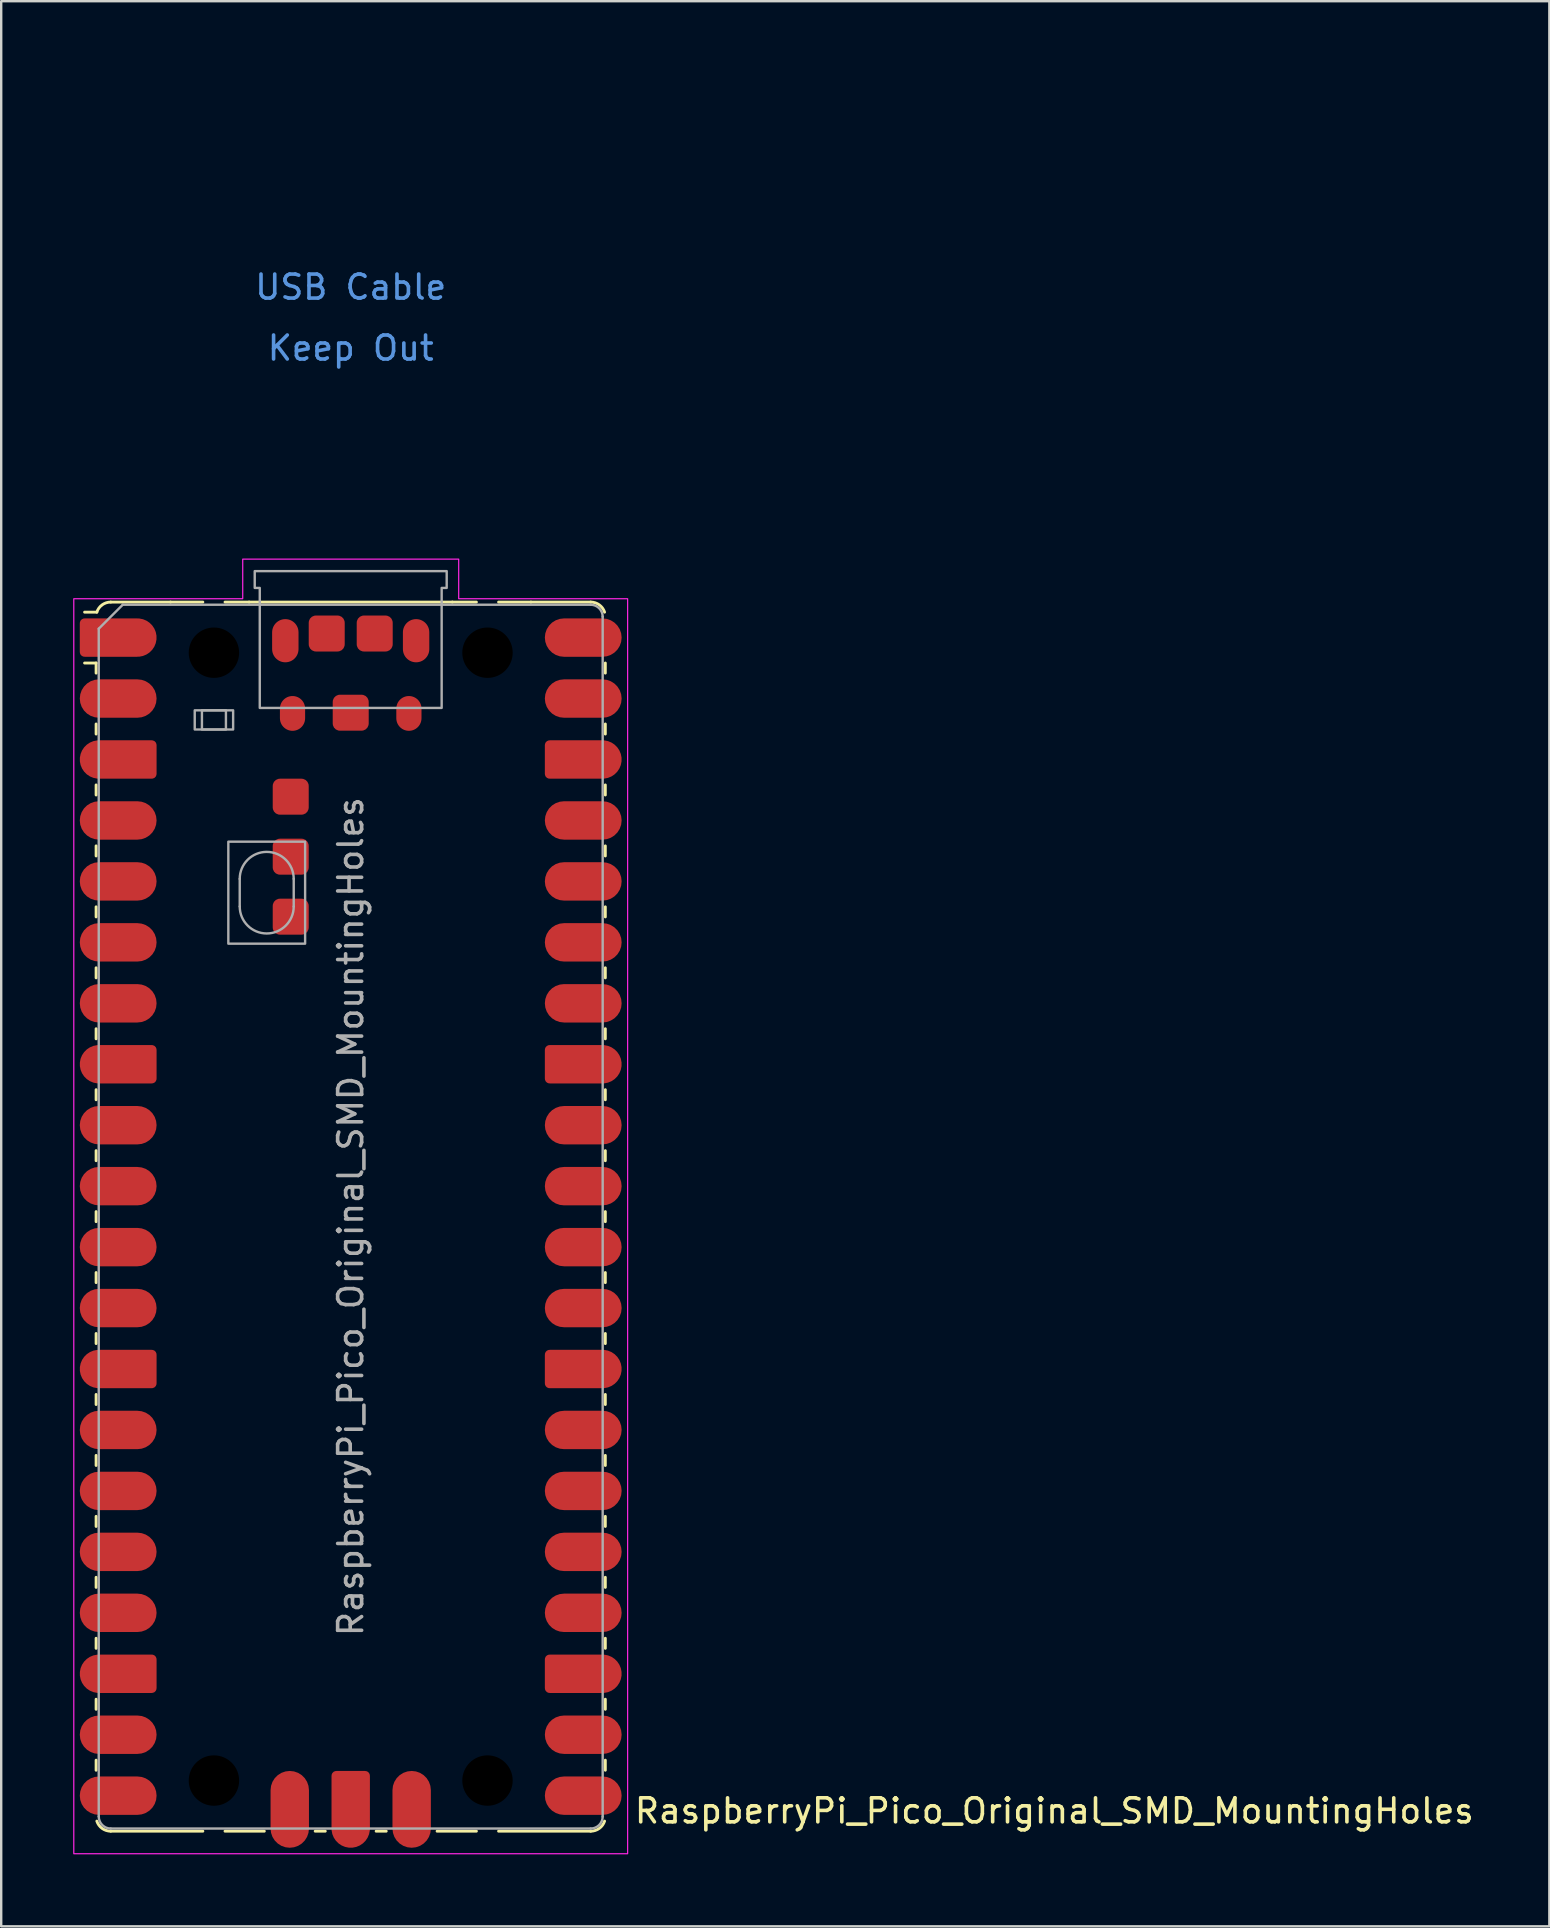
<source format=kicad_pcb>
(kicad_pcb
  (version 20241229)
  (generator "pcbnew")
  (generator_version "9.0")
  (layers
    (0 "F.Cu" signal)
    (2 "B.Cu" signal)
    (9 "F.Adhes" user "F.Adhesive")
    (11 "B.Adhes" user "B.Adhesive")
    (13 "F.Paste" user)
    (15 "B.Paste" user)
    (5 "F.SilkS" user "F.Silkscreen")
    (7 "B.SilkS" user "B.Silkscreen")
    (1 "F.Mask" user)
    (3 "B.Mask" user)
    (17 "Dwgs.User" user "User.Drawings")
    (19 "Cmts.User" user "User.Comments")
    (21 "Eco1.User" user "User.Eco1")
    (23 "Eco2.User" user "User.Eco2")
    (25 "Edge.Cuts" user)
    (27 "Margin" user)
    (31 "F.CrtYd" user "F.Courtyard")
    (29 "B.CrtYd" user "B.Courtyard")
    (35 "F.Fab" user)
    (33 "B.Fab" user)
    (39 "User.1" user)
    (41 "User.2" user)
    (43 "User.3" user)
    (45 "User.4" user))
  (footprint "RaspberryPi_Pico_Original_SMD_MountingHoles"
    (layer "F.Cu")
    (at 11.565 47.65)
    (property "Reference" "RaspberryPi_Pico_Original_SMD_MountingHoles" (at 11.748 24.765 0) (unlocked yes) (layer "F.SilkS") (effects (font (size 1 1) (thickness 0.15)) (justify left)))
    (attr smd)
    (fp_line (start -10.61 -23.07) (end -11.09 -23.07) (stroke (width 0.12) (type solid)) (layer "F.SilkS"))
    (fp_line (start -10.61 -23.07) (end -10.61 -22.65) (stroke (width 0.12) (type solid)) (layer "F.SilkS"))
    (fp_line (start -10.61 -20.53) (end -10.61 -20.11) (stroke (width 0.12) (type solid)) (layer "F.SilkS"))
    (fp_line (start -10.61 -17.99) (end -10.61 -17.57) (stroke (width 0.12) (type solid)) (layer "F.SilkS"))
    (fp_line (start -10.61 -15.45) (end -10.61 -15.03) (stroke (width 0.12) (type solid)) (layer "F.SilkS"))
    (fp_line (start -10.61 -12.91) (end -10.61 -12.49) (stroke (width 0.12) (type solid)) (layer "F.SilkS"))
    (fp_line (start -10.61 -10.37) (end -10.61 -9.95) (stroke (width 0.12) (type solid)) (layer "F.SilkS"))
    (fp_line (start -10.61 -7.83) (end -10.61 -7.41) (stroke (width 0.12) (type solid)) (layer "F.SilkS"))
    (fp_line (start -10.61 -5.29) (end -10.61 -4.87) (stroke (width 0.12) (type solid)) (layer "F.SilkS"))
    (fp_line (start -10.61 -2.75) (end -10.61 -2.33) (stroke (width 0.12) (type solid)) (layer "F.SilkS"))
    (fp_line (start -10.61 -0.21) (end -10.61 0.21) (stroke (width 0.12) (type solid)) (layer "F.SilkS"))
    (fp_line (start -10.61 2.33) (end -10.61 2.75) (stroke (width 0.12) (type solid)) (layer "F.SilkS"))
    (fp_line (start -10.61 4.87) (end -10.61 5.29) (stroke (width 0.12) (type solid)) (layer "F.SilkS"))
    (fp_line (start -10.61 7.41) (end -10.61 7.83) (stroke (width 0.12) (type solid)) (layer "F.SilkS"))
    (fp_line (start -10.61 9.95) (end -10.61 10.37) (stroke (width 0.12) (type solid)) (layer "F.SilkS"))
    (fp_line (start -10.61 12.49) (end -10.61 12.91) (stroke (width 0.12) (type solid)) (layer "F.SilkS"))
    (fp_line (start -10.61 15.03) (end -10.61 15.45) (stroke (width 0.12) (type solid)) (layer "F.SilkS"))
    (fp_line (start -10.61 17.57) (end -10.61 17.99) (stroke (width 0.12) (type solid)) (layer "F.SilkS"))
    (fp_line (start -10.61 20.11) (end -10.61 20.53) (stroke (width 0.12) (type solid)) (layer "F.SilkS"))
    (fp_line (start -10.61 22.65) (end -10.61 23.07) (stroke (width 0.12) (type solid)) (layer "F.SilkS"))
    (fp_line (start -10.58 -25.19) (end -11.09 -25.19) (stroke (width 0.12) (type solid)) (layer "F.SilkS"))
    (fp_line (start -10 -25.61) (end -7.51 -25.61) (stroke (width 0.12) (type solid)) (layer "F.SilkS"))
    (fp_line (start -10 25.61) (end -6.162 25.61) (stroke (width 0.12) (type solid)) (layer "F.SilkS"))
    (fp_line (start -7.51 -25.61) (end -6.162 -25.61) (stroke (width 0.12) (type solid)) (layer "F.SilkS"))
    (fp_line (start -5.238 -25.61) (end -4.235 -25.61) (stroke (width 0.12) (type solid)) (layer "F.SilkS"))
    (fp_line (start -4.235 -25.61) (end 4.235 -25.61) (stroke (width 0.12) (type solid)) (layer "F.SilkS"))
    (fp_line (start -3.6 25.61) (end -5.238 25.61) (stroke (width 0.12) (type solid)) (layer "F.SilkS"))
    (fp_line (start -1.48 25.61) (end -1.06 25.61) (stroke (width 0.12) (type solid)) (layer "F.SilkS"))
    (fp_line (start 1.06 25.61) (end 1.48 25.61) (stroke (width 0.12) (type solid)) (layer "F.SilkS"))
    (fp_line (start 4.235 -25.61) (end 5.238 -25.61) (stroke (width 0.12) (type solid)) (layer "F.SilkS"))
    (fp_line (start 5.238 25.61) (end 3.6 25.61) (stroke (width 0.12) (type solid)) (layer "F.SilkS"))
    (fp_line (start 6.162 -25.61) (end 7.51 -25.61) (stroke (width 0.12) (type solid)) (layer "F.SilkS"))
    (fp_line (start 6.162 25.61) (end 10 25.61) (stroke (width 0.12) (type solid)) (layer "F.SilkS"))
    (fp_line (start 10 -25.61) (end 7.51 -25.61) (stroke (width 0.12) (type solid)) (layer "F.SilkS"))
    (fp_line (start 10.61 -23.07) (end 10.61 -22.65) (stroke (width 0.12) (type solid)) (layer "F.SilkS"))
    (fp_line (start 10.61 -20.53) (end 10.61 -20.11) (stroke (width 0.12) (type solid)) (layer "F.SilkS"))
    (fp_line (start 10.61 -17.99) (end 10.61 -17.57) (stroke (width 0.12) (type solid)) (layer "F.SilkS"))
    (fp_line (start 10.61 -15.45) (end 10.61 -15.03) (stroke (width 0.12) (type solid)) (layer "F.SilkS"))
    (fp_line (start 10.61 -12.91) (end 10.61 -12.49) (stroke (width 0.12) (type solid)) (layer "F.SilkS"))
    (fp_line (start 10.61 -10.37) (end 10.61 -9.95) (stroke (width 0.12) (type solid)) (layer "F.SilkS"))
    (fp_line (start 10.61 -7.83) (end 10.61 -7.41) (stroke (width 0.12) (type solid)) (layer "F.SilkS"))
    (fp_line (start 10.61 -5.29) (end 10.61 -4.87) (stroke (width 0.12) (type solid)) (layer "F.SilkS"))
    (fp_line (start 10.61 -2.75) (end 10.61 -2.33) (stroke (width 0.12) (type solid)) (layer "F.SilkS"))
    (fp_line (start 10.61 -0.21) (end 10.61 0.21) (stroke (width 0.12) (type solid)) (layer "F.SilkS"))
    (fp_line (start 10.61 2.33) (end 10.61 2.75) (stroke (width 0.12) (type solid)) (layer "F.SilkS"))
    (fp_line (start 10.61 4.87) (end 10.61 5.29) (stroke (width 0.12) (type solid)) (layer "F.SilkS"))
    (fp_line (start 10.61 7.41) (end 10.61 7.83) (stroke (width 0.12) (type solid)) (layer "F.SilkS"))
    (fp_line (start 10.61 9.95) (end 10.61 10.37) (stroke (width 0.12) (type solid)) (layer "F.SilkS"))
    (fp_line (start 10.61 12.49) (end 10.61 12.91) (stroke (width 0.12) (type solid)) (layer "F.SilkS"))
    (fp_line (start 10.61 15.03) (end 10.61 15.45) (stroke (width 0.12) (type solid)) (layer "F.SilkS"))
    (fp_line (start 10.61 17.57) (end 10.61 17.99) (stroke (width 0.12) (type solid)) (layer "F.SilkS"))
    (fp_line (start 10.61 20.11) (end 10.61 20.53) (stroke (width 0.12) (type solid)) (layer "F.SilkS"))
    (fp_line (start 10.61 22.65) (end 10.61 23.07) (stroke (width 0.12) (type solid)) (layer "F.SilkS"))
    (fp_arc (start -10.579676 -25.19) (mid -10.357938 -25.493944) (end -10 -25.61) (stroke (width 0.12) (type solid)) (layer "F.SilkS"))
    (fp_arc (start -10 25.61) (mid -10.357937 25.493943) (end -10.579676 25.189937) (stroke (width 0.12) (type solid)) (layer "F.SilkS"))
    (fp_arc (start 10 -25.61) (mid 10.357937 -25.493944) (end 10.579676 -25.189937) (stroke (width 0.12) (type solid)) (layer "F.SilkS"))
    (fp_arc (start 10.579676 25.189937) (mid 10.357953 25.493966) (end 10 25.61) (stroke (width 0.12) (type solid)) (layer "F.SilkS"))
    (fp_poly (pts (xy -4.5 -27.4) (xy 4.5 -27.4) (xy 4.5 -25.75) (xy 11.54 -25.75) (xy 11.54 26.55) (xy -11.54 26.55) (xy -11.54 -25.75) (xy -4.5 -25.75)) (stroke (width 0.05) (type solid)) (fill no) (layer "F.CrtYd"))
    (fp_line (start -10.5 -24.5) (end -9.5 -25.5) (stroke (width 0.1) (type solid)) (layer "F.Fab"))
    (fp_line (start -10.5 25) (end -10.5 -24.5) (stroke (width 0.1) (type solid)) (layer "F.Fab"))
    (fp_line (start -9.5 -25.5) (end 10 -25.5) (stroke (width 0.1) (type solid)) (layer "F.Fab"))
    (fp_line (start -4.625 -14.075) (end -4.625 -12.925) (stroke (width 0.1) (type solid)) (layer "F.Fab"))
    (fp_line (start -2.375 -14.075) (end -2.375 -12.925) (stroke (width 0.1) (type solid)) (layer "F.Fab"))
    (fp_line (start 10 25.5) (end -10 25.5) (stroke (width 0.1) (type solid)) (layer "F.Fab"))
    (fp_line (start 10.5 -25) (end 10.5 25) (stroke (width 0.1) (type solid)) (layer "F.Fab"))
    (fp_rect (start -6.5 -21.1) (end -4.9 -20.3) (stroke (width 0.1) (type solid)) (fill no) (layer "F.Fab"))
    (fp_rect (start -6.2 -21.1) (end -5.2 -20.3) (stroke (width 0.1) (type solid)) (fill no) (layer "F.Fab"))
    (fp_rect (start -5.1 -15.625) (end -1.9 -11.375) (stroke (width 0.1) (type solid)) (fill no) (layer "F.Fab"))
    (fp_arc (start -10 25.5) (mid -10.353553 25.353553) (end -10.5 25) (stroke (width 0.1) (type solid)) (layer "F.Fab"))
    (fp_arc (start -4.625 -14.075) (mid -3.5 -15.2) (end -2.375 -14.075) (stroke (width 0.1) (type solid)) (layer "F.Fab"))
    (fp_arc (start -2.375 -12.925) (mid -3.5 -11.8) (end -4.625 -12.925) (stroke (width 0.1) (type solid)) (layer "F.Fab"))
    (fp_arc (start 10 -25.5) (mid 10.353553 -25.353553) (end 10.5 -25) (stroke (width 0.1) (type solid)) (layer "F.Fab"))
    (fp_arc (start 10.5 25) (mid 10.353553 25.353553) (end 10 25.5) (stroke (width 0.1) (type solid)) (layer "F.Fab"))
    (fp_poly (pts (xy 3.79 -21.2) (xy 3.79 -26.2) (xy 4 -26.2) (xy 4 -26.9) (xy -4 -26.9) (xy -4 -26.2) (xy -3.79 -26.2) (xy -3.79 -21.2)) (stroke (width 0.1) (type solid)) (fill no) (layer "F.Fab"))
    (fp_text user "Keep Out" (at 0 -36.195 0) (unlocked yes) (layer "Cmts.User") (effects (font (size 1 1) (thickness 0.15))))
    (fp_text user "USB Cable" (at 0 -38.735 0) (unlocked yes) (layer "Cmts.User") (effects (font (size 1 1) (thickness 0.15))))
    (fp_text user "${REFERENCE}" (at 0 0 90) (layer "F.Fab") (effects (font (size 1 1) (thickness 0.15))))
    (pad "" np_thru_hole circle (at -5.7 -23.5) (size 3.8 3.8) (drill 2.1) (layers "*.Mask"))
    (pad "" np_thru_hole circle (at -5.7 23.5) (size 3.8 3.8) (drill 2.1) (layers "*.Mask"))
    (pad "" smd oval (at -2.725 -24) (size 1.1 1.8) (layers "F.Cu" "F.Mask" "F.Paste"))
    (pad "" smd oval (at -2.425 -20.97) (size 1.05 1.45) (layers "F.Cu" "F.Mask" "F.Paste"))
    (pad "" smd oval (at 2.425 -20.97) (size 1.05 1.45) (layers "F.Cu" "F.Mask" "F.Paste"))
    (pad "" smd oval (at 2.725 -24) (size 1.1 1.8) (layers "F.Cu" "F.Mask" "F.Paste"))
    (pad "" np_thru_hole circle (at 5.7 -23.5) (size 3.8 3.8) (drill 2.1) (layers "*.Mask"))
    (pad "" np_thru_hole circle (at 5.7 23.5) (size 3.8 3.8) (drill 2.1) (layers "*.Mask"))
    (pad "1" smd custom (at -8.89 -24.13) (size 1.6 1.6) (layers "F.Cu" "F.Mask" "F.Paste") (options (anchor circle)) (primitives (gr_poly (pts (xy -2.4 0.6) (xy -2.4 -0.6) (xy -2.2 -0.8) (xy 0 -0.8) (xy 0 0.8) (xy -2.2 0.8)) (width 0) (fill yes)) (gr_circle (center -2.2 0.6) (end -2 0.6) (width 0) (fill yes)) (gr_circle (center -2.2 -0.6) (end -2 -0.6) (width 0) (fill yes))))
    (pad "2" smd roundrect (at -8.89 -21.59) (size 3.2 1.6) (drill (offset -0.8 0)) (layers "F.Cu" "F.Mask" "F.Paste") (roundrect_rratio 0.5))
    (pad "3" smd custom (at -8.89 -19.05) (size 1.6 1.6) (layers "F.Cu" "F.Mask" "F.Paste") (options (anchor circle)) (primitives (gr_poly (pts (xy 0.8 -0.6) (xy 0.8 0.6) (xy 0.6 0.8) (xy -1.6 0.8) (xy -1.6 -0.8) (xy 0.6 -0.8)) (width 0) (fill yes)) (gr_circle (center 0.6 0.6) (end 0.8 0.6) (width 0) (fill yes)) (gr_circle (center 0.6 -0.6) (end 0.8 -0.6) (width 0) (fill yes)) (gr_circle (center -1.6 0) (end -0.8 0) (width 0) (fill yes))))
    (pad "4" smd roundrect (at -8.89 -16.51) (size 3.2 1.6) (drill (offset -0.8 0)) (layers "F.Cu" "F.Mask" "F.Paste") (roundrect_rratio 0.5))
    (pad "5" smd roundrect (at -8.89 -13.97) (size 3.2 1.6) (drill (offset -0.8 0)) (layers "F.Cu" "F.Mask" "F.Paste") (roundrect_rratio 0.5))
    (pad "6" smd roundrect (at -8.89 -11.43) (size 3.2 1.6) (drill (offset -0.8 0)) (layers "F.Cu" "F.Mask" "F.Paste") (roundrect_rratio 0.5))
    (pad "7" smd roundrect (at -8.89 -8.89) (size 3.2 1.6) (drill (offset -0.8 0)) (layers "F.Cu" "F.Mask" "F.Paste") (roundrect_rratio 0.5))
    (pad "8" smd custom (at -8.89 -6.35) (size 1.6 1.6) (layers "F.Cu" "F.Mask" "F.Paste") (options (anchor circle)) (primitives (gr_poly (pts (xy 0.8 -0.6) (xy 0.8 0.6) (xy 0.6 0.8) (xy -1.6 0.8) (xy -1.6 -0.8) (xy 0.6 -0.8)) (width 0) (fill yes)) (gr_circle (center 0.6 0.6) (end 0.8 0.6) (width 0) (fill yes)) (gr_circle (center 0.6 -0.6) (end 0.8 -0.6) (width 0) (fill yes)) (gr_circle (center -1.6 0) (end -0.8 0) (width 0) (fill yes))))
    (pad "9" smd roundrect (at -8.89 -3.81) (size 3.2 1.6) (drill (offset -0.8 0)) (layers "F.Cu" "F.Mask" "F.Paste") (roundrect_rratio 0.5))
    (pad "10" smd roundrect (at -8.89 -1.27) (size 3.2 1.6) (drill (offset -0.8 0)) (layers "F.Cu" "F.Mask" "F.Paste") (roundrect_rratio 0.5))
    (pad "11" smd roundrect (at -8.89 1.27) (size 3.2 1.6) (drill (offset -0.8 0)) (layers "F.Cu" "F.Mask" "F.Paste") (roundrect_rratio 0.5))
    (pad "12" smd roundrect (at -8.89 3.81) (size 3.2 1.6) (drill (offset -0.8 0)) (layers "F.Cu" "F.Mask" "F.Paste") (roundrect_rratio 0.5))
    (pad "13" smd custom (at -8.89 6.35) (size 1.6 1.6) (layers "F.Cu" "F.Mask" "F.Paste") (options (anchor circle)) (primitives (gr_poly (pts (xy 0.8 -0.6) (xy 0.8 0.6) (xy 0.6 0.8) (xy -1.6 0.8) (xy -1.6 -0.8) (xy 0.6 -0.8)) (width 0) (fill yes)) (gr_circle (center 0.6 0.6) (end 0.8 0.6) (width 0) (fill yes)) (gr_circle (center 0.6 -0.6) (end 0.8 -0.6) (width 0) (fill yes)) (gr_circle (center -1.6 0) (end -0.8 0) (width 0) (fill yes))))
    (pad "14" smd roundrect (at -8.89 8.89) (size 3.2 1.6) (drill (offset -0.8 0)) (layers "F.Cu" "F.Mask" "F.Paste") (roundrect_rratio 0.5))
    (pad "15" smd roundrect (at -8.89 11.43) (size 3.2 1.6) (drill (offset -0.8 0)) (layers "F.Cu" "F.Mask" "F.Paste") (roundrect_rratio 0.5))
    (pad "16" smd roundrect (at -8.89 13.97) (size 3.2 1.6) (drill (offset -0.8 0)) (layers "F.Cu" "F.Mask" "F.Paste") (roundrect_rratio 0.5))
    (pad "17" smd roundrect (at -8.89 16.51) (size 3.2 1.6) (drill (offset -0.8 0)) (layers "F.Cu" "F.Mask" "F.Paste") (roundrect_rratio 0.5))
    (pad "18" smd custom (at -8.89 19.05) (size 1.6 1.6) (layers "F.Cu" "F.Mask" "F.Paste") (options (anchor circle)) (primitives (gr_poly (pts (xy 0.8 -0.6) (xy 0.8 0.6) (xy 0.6 0.8) (xy -1.6 0.8) (xy -1.6 -0.8) (xy 0.6 -0.8)) (width 0) (fill yes)) (gr_circle (center 0.6 0.6) (end 0.8 0.6) (width 0) (fill yes)) (gr_circle (center 0.6 -0.6) (end 0.8 -0.6) (width 0) (fill yes)) (gr_circle (center -1.6 0) (end -0.8 0) (width 0) (fill yes))))
    (pad "19" smd roundrect (at -8.89 21.59) (size 3.2 1.6) (drill (offset -0.8 0)) (layers "F.Cu" "F.Mask" "F.Paste") (roundrect_rratio 0.5))
    (pad "20" smd roundrect (at -8.89 24.13) (size 3.2 1.6) (drill (offset -0.8 0)) (layers "F.Cu" "F.Mask" "F.Paste") (roundrect_rratio 0.5))
    (pad "21" smd roundrect (at 8.89 24.13) (size 3.2 1.6) (drill (offset 0.8 0)) (layers "F.Cu" "F.Mask" "F.Paste") (roundrect_rratio 0.5))
    (pad "22" smd roundrect (at 8.89 21.59) (size 3.2 1.6) (drill (offset 0.8 0)) (layers "F.Cu" "F.Mask" "F.Paste") (roundrect_rratio 0.5))
    (pad "23" smd custom (at 8.89 19.05) (size 1.6 1.6) (layers "F.Cu" "F.Mask" "F.Paste") (options (anchor circle)) (primitives (gr_poly (pts (xy -0.8 -0.6) (xy -0.8 0.6) (xy -0.6 0.8) (xy 1.6 0.8) (xy 1.6 -0.8) (xy -0.6 -0.8)) (width 0) (fill yes)) (gr_circle (center -0.6 0.6) (end -0.4 0.6) (width 0) (fill yes)) (gr_circle (center -0.6 -0.6) (end -0.4 -0.6) (width 0) (fill yes)) (gr_circle (center 1.6 0) (end 2.4 0) (width 0) (fill yes))))
    (pad "24" smd roundrect (at 8.89 16.51) (size 3.2 1.6) (drill (offset 0.8 0)) (layers "F.Cu" "F.Mask" "F.Paste") (roundrect_rratio 0.5))
    (pad "25" smd roundrect (at 8.89 13.97) (size 3.2 1.6) (drill (offset 0.8 0)) (layers "F.Cu" "F.Mask" "F.Paste") (roundrect_rratio 0.5))
    (pad "26" smd roundrect (at 8.89 11.43) (size 3.2 1.6) (drill (offset 0.8 0)) (layers "F.Cu" "F.Mask" "F.Paste") (roundrect_rratio 0.5))
    (pad "27" smd roundrect (at 8.89 8.89) (size 3.2 1.6) (drill (offset 0.8 0)) (layers "F.Cu" "F.Mask" "F.Paste") (roundrect_rratio 0.5))
    (pad "28" smd custom (at 8.89 6.35) (size 1.6 1.6) (layers "F.Cu" "F.Mask" "F.Paste") (options (anchor circle)) (primitives (gr_poly (pts (xy -0.8 -0.6) (xy -0.8 0.6) (xy -0.6 0.8) (xy 1.6 0.8) (xy 1.6 -0.8) (xy -0.6 -0.8)) (width 0) (fill yes)) (gr_circle (center -0.6 0.6) (end -0.4 0.6) (width 0) (fill yes)) (gr_circle (center -0.6 -0.6) (end -0.4 -0.6) (width 0) (fill yes)) (gr_circle (center 1.6 0) (end 2.4 0) (width 0) (fill yes))))
    (pad "29" smd roundrect (at 8.89 3.81) (size 3.2 1.6) (drill (offset 0.8 0)) (layers "F.Cu" "F.Mask" "F.Paste") (roundrect_rratio 0.5))
    (pad "30" smd roundrect (at 8.89 1.27) (size 3.2 1.6) (drill (offset 0.8 0)) (layers "F.Cu" "F.Mask" "F.Paste") (roundrect_rratio 0.5))
    (pad "31" smd roundrect (at 8.89 -1.27) (size 3.2 1.6) (drill (offset 0.8 0)) (layers "F.Cu" "F.Mask" "F.Paste") (roundrect_rratio 0.5))
    (pad "32" smd roundrect (at 8.89 -3.81) (size 3.2 1.6) (drill (offset 0.8 0)) (layers "F.Cu" "F.Mask" "F.Paste") (roundrect_rratio 0.5))
    (pad "33" smd custom (at 8.89 -6.35) (size 1.6 1.6) (layers "F.Cu" "F.Mask" "F.Paste") (options (anchor circle)) (primitives (gr_poly (pts (xy -0.8 -0.6) (xy -0.8 0.6) (xy -0.6 0.8) (xy 1.6 0.8) (xy 1.6 -0.8) (xy -0.6 -0.8)) (width 0) (fill yes)) (gr_circle (center -0.6 0.6) (end -0.4 0.6) (width 0) (fill yes)) (gr_circle (center -0.6 -0.6) (end -0.4 -0.6) (width 0) (fill yes)) (gr_circle (center 1.6 0) (end 2.4 0) (width 0) (fill yes))))
    (pad "34" smd roundrect (at 8.89 -8.89) (size 3.2 1.6) (drill (offset 0.8 0)) (layers "F.Cu" "F.Mask" "F.Paste") (roundrect_rratio 0.5))
    (pad "35" smd roundrect (at 8.89 -11.43) (size 3.2 1.6) (drill (offset 0.8 0)) (layers "F.Cu" "F.Mask" "F.Paste") (roundrect_rratio 0.5))
    (pad "36" smd roundrect (at 8.89 -13.97) (size 3.2 1.6) (drill (offset 0.8 0)) (layers "F.Cu" "F.Mask" "F.Paste") (roundrect_rratio 0.5))
    (pad "37" smd roundrect (at 8.89 -16.51) (size 3.2 1.6) (drill (offset 0.8 0)) (layers "F.Cu" "F.Mask" "F.Paste") (roundrect_rratio 0.5))
    (pad "38" smd custom (at 8.89 -19.05) (size 1.6 1.6) (layers "F.Cu" "F.Mask" "F.Paste") (options (anchor circle)) (primitives (gr_poly (pts (xy -0.8 -0.6) (xy -0.8 0.6) (xy -0.6 0.8) (xy 1.6 0.8) (xy 1.6 -0.8) (xy -0.6 -0.8)) (width 0) (fill yes)) (gr_circle (center -0.6 0.6) (end -0.4 0.6) (width 0) (fill yes)) (gr_circle (center -0.6 -0.6) (end -0.4 -0.6) (width 0) (fill yes)) (gr_circle (center 1.6 0) (end 2.4 0) (width 0) (fill yes))))
    (pad "39" smd roundrect (at 8.89 -21.59) (size 3.2 1.6) (drill (offset 0.8 0)) (layers "F.Cu" "F.Mask" "F.Paste") (roundrect_rratio 0.5))
    (pad "40" smd roundrect (at 8.89 -24.13) (size 3.2 1.6) (drill (offset 0.8 0)) (layers "F.Cu" "F.Mask" "F.Paste") (roundrect_rratio 0.5))
    (pad "D1" smd roundrect (at -2.54 23.9 90) (size 3.2 1.6) (drill (offset -0.8 0)) (layers "F.Cu" "F.Mask" "F.Paste") (roundrect_rratio 0.5))
    (pad "D2" smd custom (at 0 23.9 270) (size 1.6 1.6) (layers "F.Cu" "F.Mask" "F.Paste") (options (anchor circle)) (primitives (gr_poly (pts (xy -0.8 -0.6) (xy -0.8 0.6) (xy -0.6 0.8) (xy 1.6 0.8) (xy 1.6 -0.8) (xy -0.6 -0.8)) (width 0) (fill yes)) (gr_circle (center -0.6 0.6) (end -0.4 0.6) (width 0) (fill yes)) (gr_circle (center -0.6 -0.6) (end -0.4 -0.6) (width 0) (fill yes)) (gr_circle (center 1.6 0) (end 2.4 0) (width 0) (fill yes))))
    (pad "D3" smd roundrect (at 2.54 23.9 90) (size 3.2 1.6) (drill (offset -0.8 0)) (layers "F.Cu" "F.Mask" "F.Paste") (roundrect_rratio 0.5))
    (pad "TP1" smd roundrect (at 0 -21) (size 1.5 1.5) (layers "F.Cu" "F.Mask" "F.Paste") (roundrect_rratio 0.2))
    (pad "TP2" smd roundrect (at 1 -24.3) (size 1.5 1.5) (layers "F.Cu" "F.Mask" "F.Paste") (roundrect_rratio 0.2))
    (pad "TP3" smd roundrect (at -1 -24.3) (size 1.5 1.5) (layers "F.Cu" "F.Mask" "F.Paste") (roundrect_rratio 0.2))
    (pad "TP4" smd roundrect (at -2.5 -17.5) (size 1.5 1.5) (layers "F.Cu" "F.Mask" "F.Paste") (roundrect_rratio 0.2))
    (pad "TP5" smd roundrect (at -2.5 -15) (size 1.5 1.5) (layers "F.Cu" "F.Mask" "F.Paste") (roundrect_rratio 0.2))
    (pad "TP6" smd roundrect (at -2.5 -12.5) (size 1.5 1.5) (layers "F.Cu" "F.Mask" "F.Paste") (roundrect_rratio 0.2))
    (zone (net_name "") (layer "Edge.Cuts") (name "Board Keep Out USB Cable") (hatch edge 0.5) (connect_pads) (min_thickness 0.254) (filled_areas_thickness no) (keepout (tracks allowed) (vias allowed) (pads allowed) (copperpour allowed) (footprints allowed)) (placement (enabled no)) (fill) (polygon (pts (xy 5.365 0) (xy 17.765 0) (xy 17.765 20.4) (xy 5.365 20.4))))
    (zone (net_name "") (layer "F.CrtYd") (name "USB Cable Keep Out") (hatch full 0.5) (connect_pads) (min_thickness 0.254) (filled_areas_thickness no) (keepout (tracks allowed) (vias allowed) (pads allowed) (copperpour allowed) (footprints not_allowed)) (placement (enabled no)) (fill) (polygon (pts (xy 5.815 19.95) (xy 7.625 19.95) (xy 7.625 20.25) (xy 15.505 20.25) (xy 15.505 19.95) (xy 17.315 19.95) (xy 17.315 0.45) (xy 5.815 0.45)))))
  (gr_rect
    (start -3 -3)
    (end 61.515 77.225)
    (stroke (width 0.1) (type default))
    (fill no)
    (layer "Edge.Cuts")))
</source>
